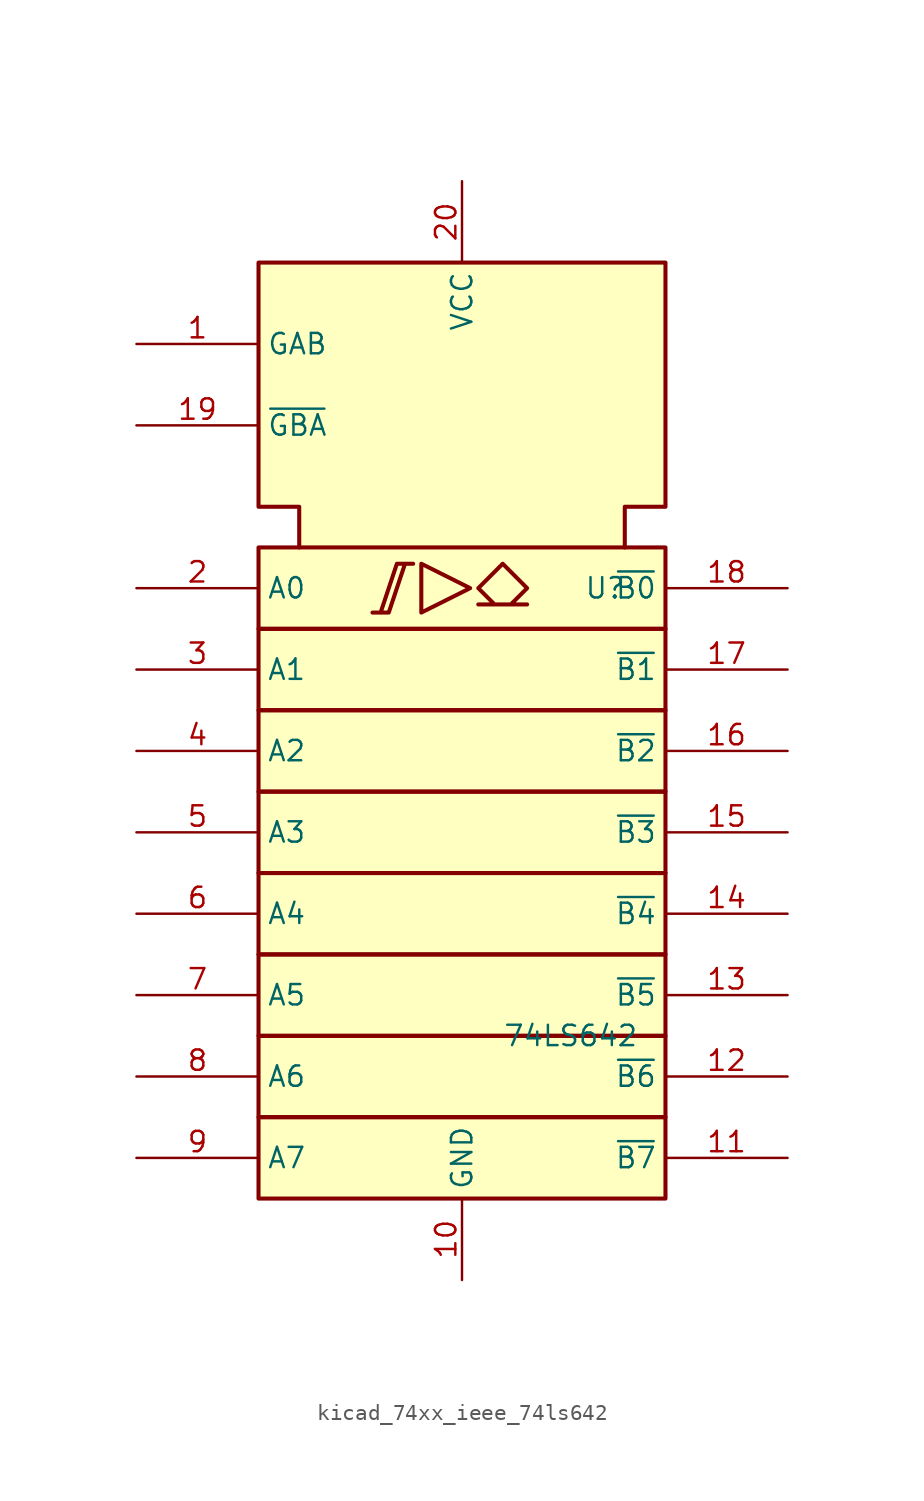
<source format=kicad_sym>
(kicad_symbol_lib
  (version 20220914)
  (generator kicad_symbol_editor)
  (symbol "kicad_74xx_ieee_74ls642"
    (property "Reference" "U"
      (at 7.62 12.7 0)
      (effects (font (size 1.27 1.27)) (justify left)))
    (property "Value" "74LS642"
      (at 2.54 -15.24 0)
      (effects (font (size 1.27 1.27)) (justify left)))
    (symbol "kicad_74xx_ieee_74ls642_0_0"
      (polyline (pts (xy -2.54 14.224) (xy -2.54 11.176) (xy 0.508 12.7) (xy -2.54 14.224) (xy -2.54 14.224)) (stroke (width 0.254) (type default)) (fill (type background)))
      (polyline (pts (xy -4.572 11.176) (xy -5.588 11.176) (xy -4.572 11.176) (xy -3.556 14.224) (xy -3.048 14.224) (xy -4.064 14.224) (xy -5.08 11.176) (xy -5.08 11.176)) (stroke (width 0.254) (type default)) (fill (type background)))
      (polyline (pts (xy 2.54 14.224) (xy 4.064 12.7) (xy 3.048 11.684) (xy 4.064 11.684) (xy 1.016 11.684) (xy 2.032 11.684) (xy 1.016 12.7) (xy 2.54 14.224) (xy 2.54 14.224)) (stroke (width 0.254) (type default)) (fill (type background)))
      (pin power_in line (at 0 -30.48 90) (length 5.08) (name "GND" (effects (font (size 1.27 1.27)))) (number "10" (effects (font (size 1.27 1.27)))))
      (pin power_in line (at 0 38.1 270) (length 5.08) (name "VCC" (effects (font (size 1.27 1.27)))) (number "20" (effects (font (size 1.27 1.27))))))
    (symbol "kicad_74xx_ieee_74ls642_0_1"
      (rectangle (start -12.7 -20.32) (end 12.7 -25.4) (stroke (width 0.254) (type default)) (fill (type background)))
      (rectangle (start -12.7 -15.24) (end 12.7 -20.32) (stroke (width 0.254) (type default)) (fill (type background)))
      (rectangle (start -12.7 -10.16) (end 12.7 -15.24) (stroke (width 0.254) (type default)) (fill (type background)))
      (rectangle (start -12.7 -5.08) (end 12.7 -10.16) (stroke (width 0.254) (type default)) (fill (type background)))
      (rectangle (start -12.7 0) (end 12.7 -5.08) (stroke (width 0.254) (type default)) (fill (type background)))
      (rectangle (start -12.7 5.08) (end 12.7 0) (stroke (width 0.254) (type default)) (fill (type background)))
      (rectangle (start -12.7 10.16) (end 12.7 5.08) (stroke (width 0.254) (type default)) (fill (type background)))
      (rectangle (start -12.7 15.24) (end 12.7 10.16) (stroke (width 0.254) (type default)) (fill (type background)))
      (polyline (pts (xy -10.16 15.24) (xy -10.16 17.78) (xy -12.7 17.78) (xy -12.7 33.02) (xy 12.7 33.02) (xy 12.7 17.78) (xy 10.16 17.78) (xy 10.16 15.24) (xy 10.16 15.24)) (stroke (width 0.254) (type default)) (fill (type background))))
    (symbol "kicad_74xx_ieee_74ls642_1_1"
      (pin input line (at -20.32 27.94 0) (length 7.62) (name "GAB" (effects (font (size 1.27 1.27)))) (number "1" (effects (font (size 1.27 1.27)))))
      (pin tri_state line (at 20.32 -22.86 180) (length 7.62) (name "~{B7}" (effects (font (size 1.27 1.27)))) (number "11" (effects (font (size 1.27 1.27)))))
      (pin tri_state line (at 20.32 -17.78 180) (length 7.62) (name "~{B6}" (effects (font (size 1.27 1.27)))) (number "12" (effects (font (size 1.27 1.27)))))
      (pin tri_state line (at 20.32 -12.7 180) (length 7.62) (name "~{B5}" (effects (font (size 1.27 1.27)))) (number "13" (effects (font (size 1.27 1.27)))))
      (pin tri_state line (at 20.32 -7.62 180) (length 7.62) (name "~{B4}" (effects (font (size 1.27 1.27)))) (number "14" (effects (font (size 1.27 1.27)))))
      (pin tri_state line (at 20.32 -2.54 180) (length 7.62) (name "~{B3}" (effects (font (size 1.27 1.27)))) (number "15" (effects (font (size 1.27 1.27)))))
      (pin tri_state line (at 20.32 2.54 180) (length 7.62) (name "~{B2}" (effects (font (size 1.27 1.27)))) (number "16" (effects (font (size 1.27 1.27)))))
      (pin tri_state line (at 20.32 7.62 180) (length 7.62) (name "~{B1}" (effects (font (size 1.27 1.27)))) (number "17" (effects (font (size 1.27 1.27)))))
      (pin tri_state line (at 20.32 12.7 180) (length 7.62) (name "~{B0}" (effects (font (size 1.27 1.27)))) (number "18" (effects (font (size 1.27 1.27)))))
      (pin input line (at -20.32 22.86 0) (length 7.62) (name "~{GBA}" (effects (font (size 1.27 1.27)))) (number "19" (effects (font (size 1.27 1.27)))))
      (pin tri_state line (at -20.32 12.7 0) (length 7.62) (name "A0" (effects (font (size 1.27 1.27)))) (number "2" (effects (font (size 1.27 1.27)))))
      (pin tri_state line (at -20.32 7.62 0) (length 7.62) (name "A1" (effects (font (size 1.27 1.27)))) (number "3" (effects (font (size 1.27 1.27)))))
      (pin tri_state line (at -20.32 2.54 0) (length 7.62) (name "A2" (effects (font (size 1.27 1.27)))) (number "4" (effects (font (size 1.27 1.27)))))
      (pin tri_state line (at -20.32 -2.54 0) (length 7.62) (name "A3" (effects (font (size 1.27 1.27)))) (number "5" (effects (font (size 1.27 1.27)))))
      (pin tri_state line (at -20.32 -7.62 0) (length 7.62) (name "A4" (effects (font (size 1.27 1.27)))) (number "6" (effects (font (size 1.27 1.27)))))
      (pin tri_state line (at -20.32 -12.7 0) (length 7.62) (name "A5" (effects (font (size 1.27 1.27)))) (number "7" (effects (font (size 1.27 1.27)))))
      (pin tri_state line (at -20.32 -17.78 0) (length 7.62) (name "A6" (effects (font (size 1.27 1.27)))) (number "8" (effects (font (size 1.27 1.27)))))
      (pin tri_state line (at -20.32 -22.86 0) (length 7.62) (name "A7" (effects (font (size 1.27 1.27)))) (number "9" (effects (font (size 1.27 1.27))))))))
</source>
